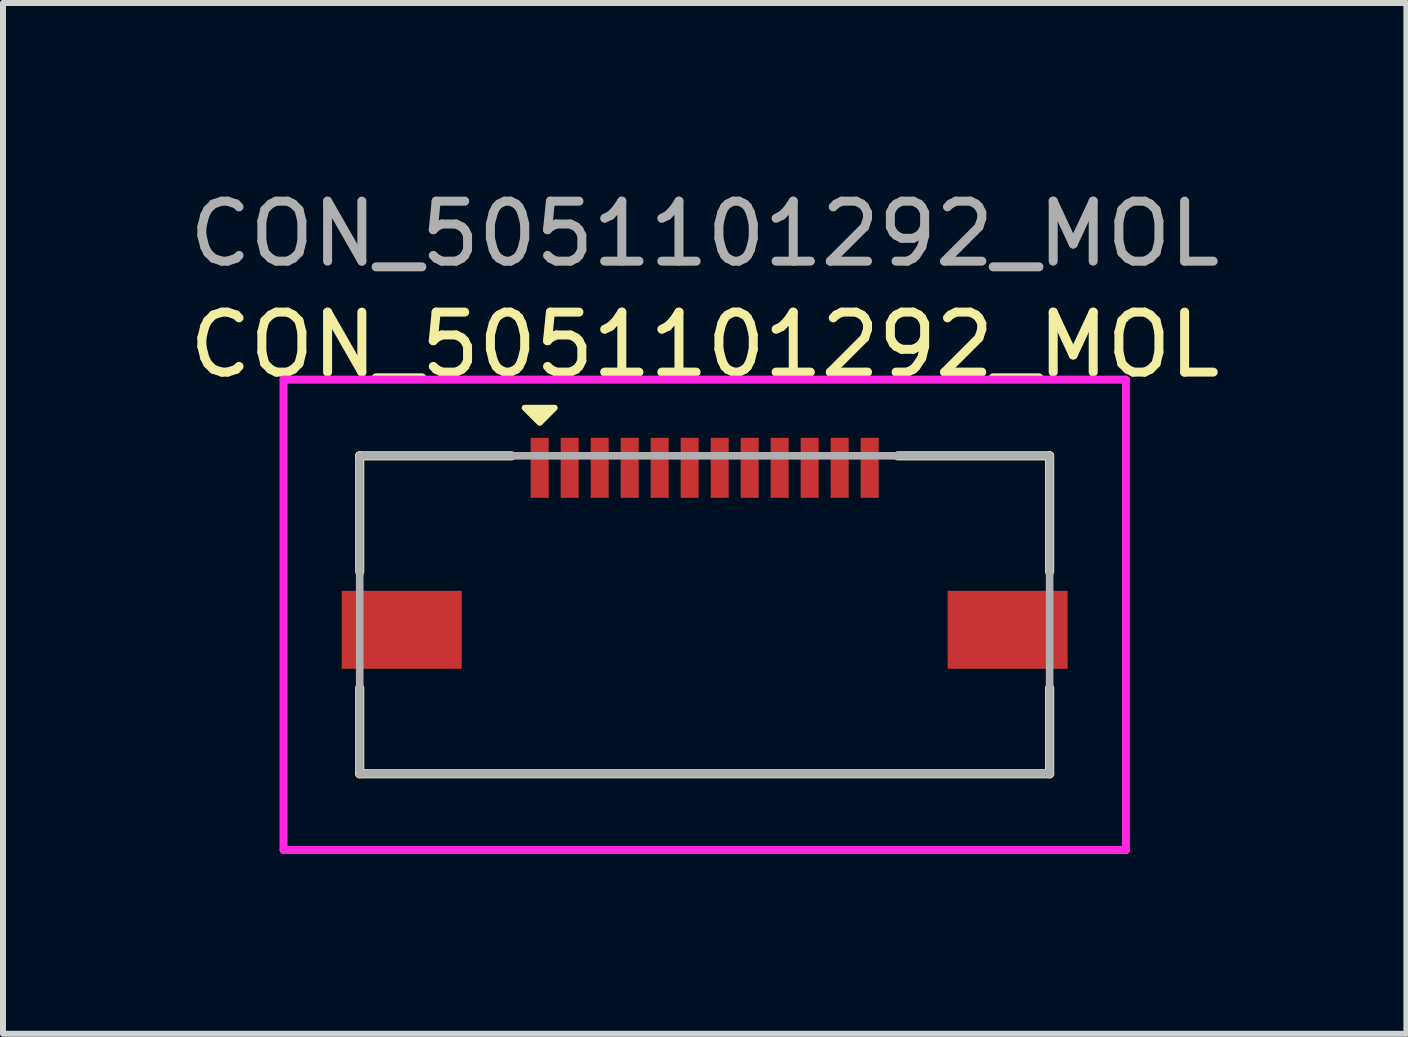
<source format=kicad_pcb>
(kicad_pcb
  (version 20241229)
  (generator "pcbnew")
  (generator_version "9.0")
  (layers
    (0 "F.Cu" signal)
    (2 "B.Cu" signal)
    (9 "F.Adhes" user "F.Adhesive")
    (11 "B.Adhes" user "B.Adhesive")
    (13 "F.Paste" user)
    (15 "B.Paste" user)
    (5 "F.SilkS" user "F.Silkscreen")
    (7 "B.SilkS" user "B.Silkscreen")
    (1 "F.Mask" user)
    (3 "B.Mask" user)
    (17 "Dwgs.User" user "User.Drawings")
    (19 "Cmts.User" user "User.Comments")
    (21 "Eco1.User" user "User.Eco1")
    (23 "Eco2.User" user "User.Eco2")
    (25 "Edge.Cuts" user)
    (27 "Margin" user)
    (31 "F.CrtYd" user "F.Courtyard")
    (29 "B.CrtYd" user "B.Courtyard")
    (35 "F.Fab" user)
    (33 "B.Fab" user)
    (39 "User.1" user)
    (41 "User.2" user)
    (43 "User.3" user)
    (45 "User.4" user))
  (footprint "CON_5051101292_MOL"
    (layer "F.Cu")
    (at 8.696 7.198)
    (property "Reference" "CON_5051101292_MOL" (at 0 -4.5 0) (unlocked yes) (layer "F.SilkS") (effects (font (size 1 1) (thickness 0.15))))
    (attr smd)
    (fp_line (start -5.75 -2.65) (end -5.75 -0.72) (stroke (width 0.152) (type solid)) (layer "F.SilkS"))
    (fp_line (start -5.75 1.22) (end -5.75 2.65) (stroke (width 0.152) (type solid)) (layer "F.SilkS"))
    (fp_line (start -5.75 2.65) (end 5.75 2.65) (stroke (width 0.152) (type solid)) (layer "F.SilkS"))
    (fp_line (start -3.22 -2.65) (end -5.75 -2.65) (stroke (width 0.152) (type solid)) (layer "F.SilkS"))
    (fp_line (start 5.75 -2.65) (end 3.22 -2.65) (stroke (width 0.152) (type solid)) (layer "F.SilkS"))
    (fp_line (start 5.75 -0.72) (end 5.75 -2.65) (stroke (width 0.152) (type solid)) (layer "F.SilkS"))
    (fp_line (start 5.75 2.65) (end 5.75 1.22) (stroke (width 0.152) (type solid)) (layer "F.SilkS"))
    (fp_poly (pts (xy -2.5 -3.45) (xy -2.75 -3.2) (xy -3 -3.45) (xy -2.75 -3.45)) (stroke (width 0.1) (type solid)) (fill yes) (layer "F.SilkS"))
    (fp_line (start -7.02 -3.92) (end -7.02 3.92) (stroke (width 0.127) (type solid)) (layer "F.CrtYd"))
    (fp_line (start -7.02 -3.92) (end -7.02 3.92) (stroke (width 0.127) (type solid)) (layer "F.CrtYd"))
    (fp_line (start -7.02 3.92) (end 7.02 3.92) (stroke (width 0.127) (type solid)) (layer "F.CrtYd"))
    (fp_line (start -7.02 3.92) (end 7.02 3.92) (stroke (width 0.127) (type solid)) (layer "F.CrtYd"))
    (fp_line (start 7.02 -3.92) (end -7.02 -3.92) (stroke (width 0.127) (type solid)) (layer "F.CrtYd"))
    (fp_line (start 7.02 -3.92) (end -7.02 -3.92) (stroke (width 0.127) (type solid)) (layer "F.CrtYd"))
    (fp_line (start 7.02 3.92) (end 7.02 -3.92) (stroke (width 0.127) (type solid)) (layer "F.CrtYd"))
    (fp_line (start 7.02 3.92) (end 7.02 -3.92) (stroke (width 0.127) (type solid)) (layer "F.CrtYd"))
    (fp_line (start -5.75 -2.65) (end -5.75 2.65) (stroke (width 0.127) (type solid)) (layer "F.Fab"))
    (fp_line (start -5.75 2.65) (end 5.75 2.65) (stroke (width 0.127) (type solid)) (layer "F.Fab"))
    (fp_line (start 5.75 -2.65) (end -5.75 -2.65) (stroke (width 0.127) (type solid)) (layer "F.Fab"))
    (fp_line (start 5.75 2.65) (end 5.75 -2.65) (stroke (width 0.127) (type solid)) (layer "F.Fab"))
    (fp_text user "${REFERENCE}" (at 0 -6.35 0) (unlocked yes) (layer "F.Fab") (effects (font (size 1 1) (thickness 0.15))))
    (pad "1" smd rect (at -2.75 -2.45) (size 0.3 1) (layers "F.Cu" "F.Mask" "F.Paste"))
    (pad "2" smd rect (at -2.25 -2.45) (size 0.3 1) (layers "F.Cu" "F.Mask" "F.Paste"))
    (pad "3" smd rect (at -1.75 -2.45) (size 0.3 1) (layers "F.Cu" "F.Mask" "F.Paste"))
    (pad "4" smd rect (at -1.25 -2.45) (size 0.3 1) (layers "F.Cu" "F.Mask" "F.Paste"))
    (pad "5" smd rect (at -0.75 -2.45) (size 0.3 1) (layers "F.Cu" "F.Mask" "F.Paste"))
    (pad "6" smd rect (at -0.25 -2.45) (size 0.3 1) (layers "F.Cu" "F.Mask" "F.Paste"))
    (pad "7" smd rect (at 0.25 -2.45) (size 0.3 1) (layers "F.Cu" "F.Mask" "F.Paste"))
    (pad "8" smd rect (at 0.75 -2.45) (size 0.3 1) (layers "F.Cu" "F.Mask" "F.Paste"))
    (pad "9" smd rect (at 1.25 -2.45) (size 0.3 1) (layers "F.Cu" "F.Mask" "F.Paste"))
    (pad "10" smd rect (at 1.75 -2.45) (size 0.3 1) (layers "F.Cu" "F.Mask" "F.Paste"))
    (pad "11" smd rect (at 2.25 -2.45) (size 0.3 1) (layers "F.Cu" "F.Mask" "F.Paste"))
    (pad "12" smd rect (at 2.75 -2.45) (size 0.3 1) (layers "F.Cu" "F.Mask" "F.Paste"))
    (pad "P1" smd rect (at -5.05 0.25) (size 2 1.3) (layers "F.Cu" "F.Mask" "F.Paste"))
    (pad "P2" smd rect (at 5.05 0.25) (size 2 1.3) (layers "F.Cu" "F.Mask" "F.Paste")))
  (gr_rect
    (start -3 -3)
    (end 20.393 14.182)
    (stroke (width 0.1) (type default))
    (fill no)
    (layer "Edge.Cuts")))
</source>
